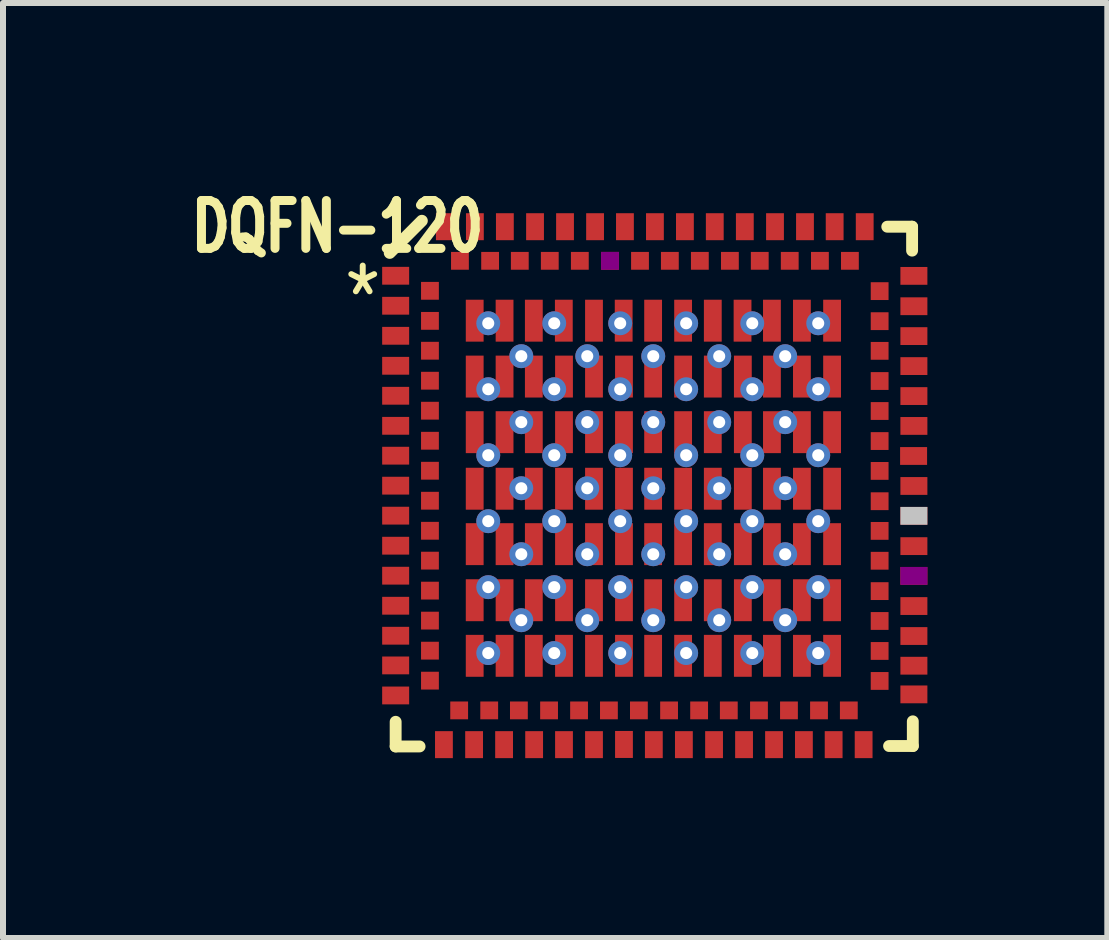
<source format=kicad_pcb>
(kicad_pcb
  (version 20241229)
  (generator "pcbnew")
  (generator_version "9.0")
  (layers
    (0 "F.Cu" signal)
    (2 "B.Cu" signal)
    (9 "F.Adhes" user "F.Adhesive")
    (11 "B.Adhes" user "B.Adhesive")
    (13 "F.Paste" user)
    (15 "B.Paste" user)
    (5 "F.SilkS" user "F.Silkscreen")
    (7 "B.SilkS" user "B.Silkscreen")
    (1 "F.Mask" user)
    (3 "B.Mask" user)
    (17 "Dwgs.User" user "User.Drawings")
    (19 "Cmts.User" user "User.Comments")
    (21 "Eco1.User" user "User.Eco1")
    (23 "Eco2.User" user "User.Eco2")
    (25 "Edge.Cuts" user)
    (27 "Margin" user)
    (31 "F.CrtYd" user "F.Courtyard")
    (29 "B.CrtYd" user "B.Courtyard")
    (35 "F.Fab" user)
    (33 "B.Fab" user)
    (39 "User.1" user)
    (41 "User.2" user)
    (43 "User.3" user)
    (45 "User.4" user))
  (footprint "DQFN-120"
    (layer "F.Cu")
    (at 3.547 0.73)
    (property "Reference" "DQFN-120" (at -0.97 0 0) (layer "F.SilkS") (effects (font (size 0.798 0.599) (thickness 0.15))))
    (attr smd)
    (fp_line (start -0.099 0.437) (end 0.437 -0.099) (stroke (width 0.198) (type solid)) (layer "F.SilkS"))
    (fp_line (start 0 8.255) (end 0 8.666) (stroke (width 0.198) (type solid)) (layer "F.SilkS"))
    (fp_line (start 0 8.666) (end 0.399 8.666) (stroke (width 0.198) (type solid)) (layer "F.SilkS"))
    (fp_line (start 8.197 0) (end 8.611 0) (stroke (width 0.198) (type solid)) (layer "F.SilkS"))
    (fp_line (start 8.611 0) (end 8.611 0.399) (stroke (width 0.198) (type solid)) (layer "F.SilkS"))
    (fp_line (start 8.623 8.247) (end 8.623 8.659) (stroke (width 0.198) (type solid)) (layer "F.SilkS"))
    (fp_line (start 8.623 8.659) (end 8.227 8.659) (stroke (width 0.198) (type solid)) (layer "F.SilkS"))
    (fp_text user "*" (at -0.549 1.191 0) (layer "F.SilkS") (effects (font (size 1.001 0.8) (thickness 0.099))))
    (pad "1" smd rect (at 0 0.818) (size 0.45 0.297) (layers "F.Cu" "F.Mask" "F.Paste"))
    (pad "2" smd rect (at 0.572 1.069) (size 0.297 0.297) (layers "F.Cu" "F.Mask" "F.Paste"))
    (pad "3" smd rect (at 0 1.318) (size 0.45 0.297) (layers "F.Cu" "F.Mask" "F.Paste"))
    (pad "4" smd rect (at 0.572 1.57) (size 0.297 0.297) (layers "F.Cu" "F.Mask" "F.Paste"))
    (pad "5" smd rect (at 0 1.819) (size 0.45 0.297) (layers "F.Cu" "F.Mask" "F.Paste"))
    (pad "6" smd rect (at 0.572 2.068) (size 0.297 0.297) (layers "F.Cu" "F.Mask" "F.Paste"))
    (pad "7" smd rect (at 0 2.319) (size 0.45 0.297) (layers "F.Cu" "F.Mask" "F.Paste"))
    (pad "8" smd rect (at 0.572 2.568) (size 0.297 0.297) (layers "F.Cu" "F.Mask" "F.Paste"))
    (pad "9" smd rect (at 0 2.819) (size 0.45 0.297) (layers "F.Cu" "F.Mask" "F.Paste"))
    (pad "10" smd rect (at 0.572 3.068) (size 0.297 0.297) (layers "F.Cu" "F.Mask" "F.Paste"))
    (pad "11" smd rect (at 0 3.32) (size 0.45 0.297) (layers "F.Cu" "F.Mask" "F.Paste"))
    (pad "12" smd rect (at 0.572 3.569) (size 0.297 0.297) (layers "F.Cu" "F.Mask" "F.Paste"))
    (pad "13" smd rect (at 0 3.818) (size 0.45 0.297) (layers "F.Cu" "F.Mask" "F.Paste"))
    (pad "14" smd rect (at 0.572 4.069) (size 0.297 0.297) (layers "F.Cu" "F.Mask" "F.Paste"))
    (pad "15" smd rect (at 0 4.318) (size 0.45 0.297) (layers "F.Cu" "F.Mask" "F.Paste"))
    (pad "16" smd rect (at 0.572 4.569) (size 0.297 0.297) (layers "F.Cu" "F.Mask" "F.Paste"))
    (pad "17" smd rect (at 0 4.818) (size 0.45 0.297) (layers "F.Cu" "F.Mask" "F.Paste"))
    (pad "18" smd rect (at 0.572 5.07) (size 0.297 0.297) (layers "F.Cu" "F.Mask" "F.Paste"))
    (pad "19" smd rect (at 0 5.319) (size 0.45 0.297) (layers "F.Cu" "F.Mask" "F.Paste"))
    (pad "20" smd rect (at 0.572 5.568) (size 0.297 0.297) (layers "F.Cu" "F.Mask" "F.Paste"))
    (pad "21" smd rect (at 0 5.819) (size 0.45 0.297) (layers "F.Cu" "F.Mask" "F.Paste"))
    (pad "22" smd rect (at 0.572 6.068) (size 0.297 0.297) (layers "F.Cu" "F.Mask" "F.Paste"))
    (pad "23" smd rect (at 0 6.32) (size 0.45 0.297) (layers "F.Cu" "F.Mask" "F.Paste"))
    (pad "24" smd rect (at 0.572 6.568) (size 0.297 0.297) (layers "F.Cu" "F.Mask" "F.Paste"))
    (pad "25" smd rect (at 0 6.82) (size 0.45 0.297) (layers "F.Cu" "F.Mask" "F.Paste"))
    (pad "26" smd rect (at 0.572 7.069) (size 0.297 0.297) (layers "F.Cu" "F.Mask" "F.Paste"))
    (pad "27" smd rect (at 0 7.315) (size 0.45 0.297) (layers "F.Cu" "F.Mask" "F.Paste"))
    (pad "28" smd rect (at 0.572 7.569) (size 0.297 0.297) (layers "F.Cu" "F.Mask" "F.Paste"))
    (pad "29" smd rect (at 0 7.816) (size 0.45 0.297) (layers "F.Cu" "F.Mask" "F.Paste"))
    (pad "30" smd rect (at 0.805 8.636 90) (size 0.45 0.297) (layers "F.Cu" "F.Mask" "F.Paste"))
    (pad "31" smd rect (at 1.059 8.065 90) (size 0.297 0.297) (layers "F.Cu" "F.Mask" "F.Paste"))
    (pad "32" smd rect (at 1.308 8.636 90) (size 0.45 0.297) (layers "F.Cu" "F.Mask" "F.Paste"))
    (pad "33" smd rect (at 1.56 8.065 90) (size 0.297 0.297) (layers "F.Cu" "F.Mask" "F.Paste"))
    (pad "34" smd rect (at 1.808 8.636 90) (size 0.45 0.297) (layers "F.Cu" "F.Mask" "F.Paste"))
    (pad "35" smd rect (at 2.055 8.065 90) (size 0.297 0.297) (layers "F.Cu" "F.Mask" "F.Paste"))
    (pad "36" smd rect (at 2.309 8.636 90) (size 0.45 0.297) (layers "F.Cu" "F.Mask" "F.Paste"))
    (pad "37" smd rect (at 2.558 8.065 90) (size 0.297 0.297) (layers "F.Cu" "F.Mask" "F.Paste"))
    (pad "38" smd rect (at 2.807 8.636 90) (size 0.45 0.297) (layers "F.Cu" "F.Mask" "F.Paste"))
    (pad "39" smd rect (at 3.058 8.065 90) (size 0.297 0.297) (layers "F.Cu" "F.Mask" "F.Paste"))
    (pad "40" smd rect (at 3.307 8.636 90) (size 0.45 0.297) (layers "F.Cu" "F.Mask" "F.Paste"))
    (pad "41" smd rect (at 3.556 8.065 90) (size 0.297 0.297) (layers "F.Cu" "F.Mask" "F.Paste"))
    (pad "42" smd rect (at 3.807 8.633 90) (size 0.45 0.297) (layers "F.Cu" "F.Mask" "F.Paste"))
    (pad "43" smd rect (at 4.056 8.065 90) (size 0.297 0.297) (layers "F.Cu" "F.Mask" "F.Paste"))
    (pad "44" smd rect (at 4.305 8.636 90) (size 0.45 0.297) (layers "F.Cu" "F.Mask" "F.Paste"))
    (pad "45" smd rect (at 4.559 8.065 90) (size 0.297 0.297) (layers "F.Cu" "F.Mask" "F.Paste"))
    (pad "46" smd rect (at 4.806 8.636 90) (size 0.45 0.297) (layers "F.Cu" "F.Mask" "F.Paste"))
    (pad "47" smd rect (at 5.06 8.065 90) (size 0.297 0.297) (layers "F.Cu" "F.Mask" "F.Paste"))
    (pad "48" smd rect (at 5.309 8.636 90) (size 0.45 0.297) (layers "F.Cu" "F.Mask" "F.Paste"))
    (pad "49" smd rect (at 5.555 8.065 90) (size 0.297 0.297) (layers "F.Cu" "F.Mask" "F.Paste"))
    (pad "50" smd rect (at 5.809 8.636 90) (size 0.45 0.297) (layers "F.Cu" "F.Mask" "F.Paste"))
    (pad "51" smd rect (at 6.058 8.065 90) (size 0.297 0.297) (layers "F.Cu" "F.Mask" "F.Paste"))
    (pad "52" smd rect (at 6.309 8.636 90) (size 0.45 0.297) (layers "F.Cu" "F.Mask" "F.Paste"))
    (pad "53" smd rect (at 6.558 8.065 90) (size 0.297 0.297) (layers "F.Cu" "F.Mask" "F.Paste"))
    (pad "54" smd rect (at 6.807 8.636 90) (size 0.45 0.297) (layers "F.Cu" "F.Mask" "F.Paste"))
    (pad "55" smd rect (at 7.059 8.065 90) (size 0.297 0.297) (layers "F.Cu" "F.Mask" "F.Paste"))
    (pad "56" smd rect (at 7.303 8.636 90) (size 0.45 0.297) (layers "F.Cu" "F.Mask" "F.Paste"))
    (pad "57" smd rect (at 7.556 8.065 90) (size 0.297 0.297) (layers "F.Cu" "F.Mask" "F.Paste"))
    (pad "58" smd rect (at 7.803 8.636 90) (size 0.45 0.297) (layers "F.Cu" "F.Mask" "F.Paste"))
    (pad "59" smd rect (at 8.641 7.798 180) (size 0.45 0.297) (layers "F.Cu" "F.Mask" "F.Paste"))
    (pad "60" smd rect (at 8.07 7.574 180) (size 0.297 0.297) (layers "F.Cu" "F.Mask" "F.Paste"))
    (pad "61" smd rect (at 8.641 7.32 180) (size 0.45 0.297) (layers "F.Cu" "F.Mask" "F.Paste"))
    (pad "62" smd rect (at 8.07 7.074 180) (size 0.297 0.297) (layers "F.Cu" "F.Mask" "F.Paste"))
    (pad "63" smd rect (at 8.641 6.825 180) (size 0.45 0.297) (layers "F.Cu" "F.Mask" "F.Paste"))
    (pad "64" smd rect (at 8.07 6.574 180) (size 0.297 0.297) (layers "F.Cu" "F.Mask" "F.Paste"))
    (pad "65" smd rect (at 8.641 6.325 180) (size 0.45 0.297) (layers "F.Cu" "F.Mask" "F.Paste"))
    (pad "66" smd rect (at 8.07 6.076 180) (size 0.297 0.297) (layers "F.Cu" "F.Mask" "F.Paste"))
    (pad "67" smd rect (at 8.641 5.822 180) (size 0.45 0.297) (layers "F.Cu" "F.Mask" "F.Adhes" "F.Paste"))
    (pad "68" smd rect (at 8.07 5.57 180) (size 0.297 0.297) (layers "F.Cu" "F.Mask" "F.Paste"))
    (pad "69" smd rect (at 8.641 5.326 180) (size 0.45 0.297) (layers "F.Cu" "F.Mask" "F.Paste"))
    (pad "70" smd rect (at 8.07 5.072 180) (size 0.297 0.297) (layers "F.Cu" "F.Mask" "F.Paste"))
    (pad "71" smd rect (at 8.641 4.821 180) (size 0.45 0.297) (layers "F.Cu" "F.Mask" "F.Paste" "Dwgs.User"))
    (pad "72" smd rect (at 8.07 4.577 180) (size 0.297 0.297) (layers "F.Cu" "F.Mask" "F.Paste"))
    (pad "73" smd rect (at 8.641 4.323 180) (size 0.45 0.297) (layers "F.Cu" "F.Mask" "F.Paste"))
    (pad "74" smd rect (at 8.07 4.072 180) (size 0.297 0.297) (layers "F.Cu" "F.Mask" "F.Paste"))
    (pad "75" smd rect (at 8.636 3.823 180) (size 0.45 0.297) (layers "F.Cu" "F.Mask" "F.Paste"))
    (pad "76" smd rect (at 8.07 3.574 180) (size 0.297 0.297) (layers "F.Cu" "F.Mask" "F.Paste"))
    (pad "77" smd rect (at 8.641 3.322 180) (size 0.45 0.297) (layers "F.Cu" "F.Mask" "F.Paste"))
    (pad "78" smd rect (at 8.07 3.073 180) (size 0.297 0.297) (layers "F.Cu" "F.Mask" "F.Paste"))
    (pad "79" smd rect (at 8.641 2.824 180) (size 0.45 0.297) (layers "F.Cu" "F.Mask" "F.Paste"))
    (pad "80" smd rect (at 8.07 2.573 180) (size 0.297 0.297) (layers "F.Cu" "F.Mask" "F.Paste"))
    (pad "81" smd rect (at 8.641 2.324 180) (size 0.45 0.297) (layers "F.Cu" "F.Mask" "F.Paste"))
    (pad "82" smd rect (at 8.07 2.07 180) (size 0.297 0.297) (layers "F.Cu" "F.Mask" "F.Paste"))
    (pad "83" smd rect (at 8.641 1.824 180) (size 0.45 0.297) (layers "F.Cu" "F.Mask" "F.Paste"))
    (pad "84" smd rect (at 8.07 1.575 180) (size 0.297 0.297) (layers "F.Cu" "F.Mask" "F.Paste"))
    (pad "85" smd rect (at 8.641 1.326 180) (size 0.45 0.297) (layers "F.Cu" "F.Mask" "F.Paste"))
    (pad "86" smd rect (at 8.07 1.074 180) (size 0.297 0.297) (layers "F.Cu" "F.Mask" "F.Paste"))
    (pad "87" smd rect (at 8.641 0.82 180) (size 0.45 0.297) (layers "F.Cu" "F.Mask" "F.Paste"))
    (pad "88" smd rect (at 7.821 0 270) (size 0.45 0.297) (layers "F.Cu" "F.Mask" "F.Paste"))
    (pad "89" smd rect (at 7.574 0.569 270) (size 0.297 0.297) (layers "F.Cu" "F.Mask" "F.Paste"))
    (pad "90" smd rect (at 7.32 0 270) (size 0.45 0.297) (layers "F.Cu" "F.Mask" "F.Paste"))
    (pad "91" smd rect (at 7.074 0.569 270) (size 0.297 0.297) (layers "F.Cu" "F.Mask" "F.Paste"))
    (pad "92" smd rect (at 6.825 0 270) (size 0.45 0.297) (layers "F.Cu" "F.Mask" "F.Paste"))
    (pad "93" smd rect (at 6.571 0.569 270) (size 0.297 0.297) (layers "F.Cu" "F.Mask" "F.Paste"))
    (pad "94" smd rect (at 6.325 0 270) (size 0.45 0.297) (layers "F.Cu" "F.Mask" "F.Paste"))
    (pad "95" smd rect (at 6.071 0.569 270) (size 0.297 0.297) (layers "F.Cu" "F.Mask" "F.Paste"))
    (pad "96" smd rect (at 5.822 0 270) (size 0.45 0.297) (layers "F.Cu" "F.Mask" "F.Paste"))
    (pad "97" smd rect (at 5.573 0.569 270) (size 0.297 0.297) (layers "F.Cu" "F.Mask" "F.Paste"))
    (pad "98" smd rect (at 5.321 0 270) (size 0.45 0.297) (layers "F.Cu" "F.Mask" "F.Paste"))
    (pad "99" smd rect (at 5.072 0.569 270) (size 0.297 0.297) (layers "F.Cu" "F.Mask" "F.Paste"))
    (pad "100" smd rect (at 4.823 0 270) (size 0.45 0.297) (layers "F.Cu" "F.Mask" "F.Paste"))
    (pad "101" smd rect (at 4.572 0.569 270) (size 0.297 0.297) (layers "F.Cu" "F.Mask" "F.Paste"))
    (pad "102" smd rect (at 4.323 0 270) (size 0.45 0.297) (layers "F.Cu" "F.Mask" "F.Paste"))
    (pad "103" smd rect (at 4.074 0.569 270) (size 0.297 0.297) (layers "F.Cu" "F.Mask" "F.Paste"))
    (pad "104" smd rect (at 3.823 0 270) (size 0.45 0.297) (layers "F.Cu" "F.Mask" "F.Paste"))
    (pad "105" smd rect (at 3.574 0.569 270) (size 0.297 0.297) (layers "F.Cu" "F.Mask" "F.Adhes" "F.Paste"))
    (pad "106" smd rect (at 3.325 0 270) (size 0.45 0.297) (layers "F.Cu" "F.Mask" "F.Paste"))
    (pad "107" smd rect (at 3.071 0.569 270) (size 0.297 0.297) (layers "F.Cu" "F.Mask" "F.Paste"))
    (pad "108" smd rect (at 2.824 0 270) (size 0.45 0.297) (layers "F.Cu" "F.Mask" "F.Paste"))
    (pad "109" smd rect (at 2.57 0.569 270) (size 0.297 0.297) (layers "F.Cu" "F.Mask" "F.Paste"))
    (pad "110" smd rect (at 2.324 0 270) (size 0.45 0.297) (layers "F.Cu" "F.Mask" "F.Paste"))
    (pad "111" smd rect (at 2.07 0.569 270) (size 0.297 0.297) (layers "F.Cu" "F.Mask" "F.Paste"))
    (pad "112" smd rect (at 1.821 0 270) (size 0.45 0.297) (layers "F.Cu" "F.Mask" "F.Paste"))
    (pad "113" smd rect (at 1.575 0.569 270) (size 0.297 0.297) (layers "F.Cu" "F.Mask" "F.Paste"))
    (pad "114" smd rect (at 1.321 0 270) (size 0.45 0.297) (layers "F.Cu" "F.Mask" "F.Paste"))
    (pad "115" smd rect (at 1.072 0.569 270) (size 0.297 0.297) (layers "F.Cu" "F.Mask" "F.Paste"))
    (pad "116" smd rect (at 0.82 0) (size 0.297 0.45) (layers "F.Cu" "F.Mask" "F.Paste"))
    (pad "117" smd rect (at 1.318 1.567) (size 0.297 0.699) (layers "F.Cu" "F.Mask" "F.Paste"))
    (pad "117" smd rect (at 1.318 2.499) (size 0.297 0.699) (layers "F.Cu" "F.Mask" "F.Paste"))
    (pad "117" smd rect (at 1.318 3.426) (size 0.297 0.699) (layers "F.Cu" "F.Mask" "F.Paste"))
    (pad "117" smd rect (at 1.318 4.369) (size 0.297 0.699) (layers "F.Cu" "F.Mask" "F.Paste"))
    (pad "117" smd rect (at 1.318 5.293) (size 0.297 0.699) (layers "F.Cu" "F.Mask" "F.Paste"))
    (pad "117" smd rect (at 1.318 6.228) (size 0.297 0.699) (layers "F.Cu" "F.Mask" "F.Paste"))
    (pad "117" smd rect (at 1.318 7.155) (size 0.297 0.699) (layers "F.Cu" "F.Mask" "F.Paste"))
    (pad "117" thru_hole circle (at 1.544 1.61) (size 0.399 0.399) (drill 0.201) (layers "*.Cu" "*.Mask"))
    (pad "117" thru_hole circle (at 1.544 2.71) (size 0.399 0.399) (drill 0.201) (layers "*.Cu" "*.Mask"))
    (pad "117" thru_hole circle (at 1.544 3.81) (size 0.399 0.399) (drill 0.201) (layers "*.Cu" "*.Mask"))
    (pad "117" thru_hole circle (at 1.544 4.91) (size 0.399 0.399) (drill 0.201) (layers "*.Cu" "*.Mask"))
    (pad "117" thru_hole circle (at 1.544 6.01) (size 0.399 0.399) (drill 0.201) (layers "*.Cu" "*.Mask"))
    (pad "117" thru_hole circle (at 1.544 7.109) (size 0.399 0.399) (drill 0.201) (layers "*.Cu" "*.Mask"))
    (pad "117" smd rect (at 1.816 1.567) (size 0.297 0.699) (layers "F.Cu" "F.Mask" "F.Paste"))
    (pad "117" smd rect (at 1.816 2.499) (size 0.297 0.699) (layers "F.Cu" "F.Mask" "F.Paste"))
    (pad "117" smd rect (at 1.816 3.426) (size 0.297 0.699) (layers "F.Cu" "F.Mask" "F.Paste"))
    (pad "117" smd rect (at 1.816 4.369) (size 0.297 0.699) (layers "F.Cu" "F.Mask" "F.Paste"))
    (pad "117" smd rect (at 1.816 5.293) (size 0.297 0.699) (layers "F.Cu" "F.Mask" "F.Paste"))
    (pad "117" smd rect (at 1.816 6.228) (size 0.297 0.699) (layers "F.Cu" "F.Mask" "F.Paste"))
    (pad "117" smd rect (at 1.816 7.155) (size 0.297 0.699) (layers "F.Cu" "F.Mask" "F.Paste"))
    (pad "117" thru_hole circle (at 2.095 2.159) (size 0.399 0.399) (drill 0.201) (layers "*.Cu" "*.Mask"))
    (pad "117" thru_hole circle (at 2.095 3.259) (size 0.399 0.399) (drill 0.201) (layers "*.Cu" "*.Mask"))
    (pad "117" thru_hole circle (at 2.095 4.361) (size 0.399 0.399) (drill 0.201) (layers "*.Cu" "*.Mask"))
    (pad "117" thru_hole circle (at 2.095 5.461) (size 0.399 0.399) (drill 0.201) (layers "*.Cu" "*.Mask"))
    (pad "117" thru_hole circle (at 2.095 6.561) (size 0.399 0.399) (drill 0.201) (layers "*.Cu" "*.Mask"))
    (pad "117" smd rect (at 2.304 1.567) (size 0.297 0.699) (layers "F.Cu" "F.Mask" "F.Paste"))
    (pad "117" smd rect (at 2.304 2.499) (size 0.297 0.699) (layers "F.Cu" "F.Mask" "F.Paste"))
    (pad "117" smd rect (at 2.304 3.426) (size 0.297 0.699) (layers "F.Cu" "F.Mask" "F.Paste"))
    (pad "117" smd rect (at 2.304 4.369) (size 0.297 0.699) (layers "F.Cu" "F.Mask" "F.Paste"))
    (pad "117" smd rect (at 2.304 5.293) (size 0.297 0.699) (layers "F.Cu" "F.Mask" "F.Paste"))
    (pad "117" smd rect (at 2.304 6.228) (size 0.297 0.699) (layers "F.Cu" "F.Mask" "F.Paste"))
    (pad "117" smd rect (at 2.304 7.155) (size 0.297 0.699) (layers "F.Cu" "F.Mask" "F.Paste"))
    (pad "117" thru_hole circle (at 2.644 1.61) (size 0.399 0.399) (drill 0.201) (layers "*.Cu" "*.Mask"))
    (pad "117" thru_hole circle (at 2.644 2.71) (size 0.399 0.399) (drill 0.201) (layers "*.Cu" "*.Mask"))
    (pad "117" thru_hole circle (at 2.644 3.81) (size 0.399 0.399) (drill 0.201) (layers "*.Cu" "*.Mask"))
    (pad "117" thru_hole circle (at 2.644 4.91) (size 0.399 0.399) (drill 0.201) (layers "*.Cu" "*.Mask"))
    (pad "117" thru_hole circle (at 2.644 6.01) (size 0.399 0.399) (drill 0.201) (layers "*.Cu" "*.Mask"))
    (pad "117" thru_hole circle (at 2.644 7.109) (size 0.399 0.399) (drill 0.201) (layers "*.Cu" "*.Mask"))
    (pad "117" smd rect (at 2.804 1.567) (size 0.297 0.699) (layers "F.Cu" "F.Mask" "F.Paste"))
    (pad "117" smd rect (at 2.807 2.499) (size 0.297 0.699) (layers "F.Cu" "F.Mask" "F.Paste"))
    (pad "117" smd rect (at 2.807 3.426) (size 0.297 0.699) (layers "F.Cu" "F.Mask" "F.Paste"))
    (pad "117" smd rect (at 2.807 4.369) (size 0.297 0.699) (layers "F.Cu" "F.Mask" "F.Paste"))
    (pad "117" smd rect (at 2.807 5.293) (size 0.297 0.699) (layers "F.Cu" "F.Mask" "F.Paste"))
    (pad "117" smd rect (at 2.807 6.228) (size 0.297 0.699) (layers "F.Cu" "F.Mask" "F.Paste"))
    (pad "117" smd rect (at 2.807 7.155) (size 0.297 0.699) (layers "F.Cu" "F.Mask" "F.Paste"))
    (pad "117" thru_hole circle (at 3.195 2.159) (size 0.399 0.399) (drill 0.201) (layers "*.Cu" "*.Mask"))
    (pad "117" thru_hole circle (at 3.195 3.259) (size 0.399 0.399) (drill 0.201) (layers "*.Cu" "*.Mask"))
    (pad "117" thru_hole circle (at 3.195 4.361) (size 0.399 0.399) (drill 0.201) (layers "*.Cu" "*.Mask"))
    (pad "117" thru_hole circle (at 3.195 5.461) (size 0.399 0.399) (drill 0.201) (layers "*.Cu" "*.Mask"))
    (pad "117" thru_hole circle (at 3.195 6.561) (size 0.399 0.399) (drill 0.201) (layers "*.Cu" "*.Mask"))
    (pad "117" smd rect (at 3.307 1.567) (size 0.297 0.699) (layers "F.Cu" "F.Mask" "F.Paste"))
    (pad "117" smd rect (at 3.307 2.499) (size 0.297 0.699) (layers "F.Cu" "F.Mask" "F.Paste"))
    (pad "117" smd rect (at 3.307 3.426) (size 0.297 0.699) (layers "F.Cu" "F.Mask" "F.Paste"))
    (pad "117" smd rect (at 3.307 4.369) (size 0.297 0.699) (layers "F.Cu" "F.Mask" "F.Paste"))
    (pad "117" smd rect (at 3.307 5.293) (size 0.297 0.699) (layers "F.Cu" "F.Mask" "F.Paste"))
    (pad "117" smd rect (at 3.307 6.228) (size 0.297 0.699) (layers "F.Cu" "F.Mask" "F.Paste"))
    (pad "117" smd rect (at 3.307 7.155) (size 0.297 0.699) (layers "F.Cu" "F.Mask" "F.Paste"))
    (pad "117" thru_hole circle (at 3.744 1.61) (size 0.399 0.399) (drill 0.201) (layers "*.Cu" "*.Mask"))
    (pad "117" thru_hole circle (at 3.744 2.71) (size 0.399 0.399) (drill 0.201) (layers "*.Cu" "*.Mask"))
    (pad "117" thru_hole circle (at 3.744 3.81) (size 0.399 0.399) (drill 0.201) (layers "*.Cu" "*.Mask"))
    (pad "117" thru_hole circle (at 3.744 4.91) (size 0.399 0.399) (drill 0.201) (layers "*.Cu" "*.Mask"))
    (pad "117" thru_hole circle (at 3.744 6.01) (size 0.399 0.399) (drill 0.201) (layers "*.Cu" "*.Mask"))
    (pad "117" thru_hole circle (at 3.744 7.109) (size 0.399 0.399) (drill 0.201) (layers "*.Cu" "*.Mask"))
    (pad "117" smd rect (at 3.802 1.567) (size 0.297 0.699) (layers "F.Cu" "F.Mask" "F.Paste"))
    (pad "117" smd rect (at 3.807 2.499) (size 0.297 0.699) (layers "F.Cu" "F.Mask" "F.Paste"))
    (pad "117" smd rect (at 3.807 3.426) (size 0.297 0.699) (layers "F.Cu" "F.Mask" "F.Paste"))
    (pad "117" smd rect (at 3.807 4.369) (size 0.297 0.699) (layers "F.Cu" "F.Mask" "F.Paste"))
    (pad "117" smd rect (at 3.807 5.293) (size 0.297 0.699) (layers "F.Cu" "F.Mask" "F.Paste"))
    (pad "117" smd rect (at 3.807 6.228) (size 0.297 0.699) (layers "F.Cu" "F.Mask" "F.Paste"))
    (pad "117" smd rect (at 3.807 7.155) (size 0.297 0.699) (layers "F.Cu" "F.Mask" "F.Paste"))
    (pad "117" smd rect (at 4.293 1.567) (size 0.297 0.699) (layers "F.Cu" "F.Mask" "F.Paste"))
    (pad "117" smd rect (at 4.293 2.499) (size 0.297 0.699) (layers "F.Cu" "F.Mask" "F.Paste"))
    (pad "117" smd rect (at 4.293 3.426) (size 0.297 0.699) (layers "F.Cu" "F.Mask" "F.Paste"))
    (pad "117" smd rect (at 4.293 4.369) (size 0.297 0.699) (layers "F.Cu" "F.Mask" "F.Paste"))
    (pad "117" smd rect (at 4.293 5.293) (size 0.297 0.699) (layers "F.Cu" "F.Mask" "F.Paste"))
    (pad "117" smd rect (at 4.293 6.228) (size 0.297 0.699) (layers "F.Cu" "F.Mask" "F.Paste"))
    (pad "117" smd rect (at 4.293 7.155) (size 0.297 0.699) (layers "F.Cu" "F.Mask" "F.Paste"))
    (pad "117" thru_hole circle (at 4.295 2.159) (size 0.399 0.399) (drill 0.201) (layers "*.Cu" "*.Mask"))
    (pad "117" thru_hole circle (at 4.295 3.259) (size 0.399 0.399) (drill 0.201) (layers "*.Cu" "*.Mask"))
    (pad "117" thru_hole circle (at 4.295 4.361) (size 0.399 0.399) (drill 0.201) (layers "*.Cu" "*.Mask"))
    (pad "117" thru_hole circle (at 4.295 5.461) (size 0.399 0.399) (drill 0.201) (layers "*.Cu" "*.Mask"))
    (pad "117" thru_hole circle (at 4.295 6.561) (size 0.399 0.399) (drill 0.201) (layers "*.Cu" "*.Mask"))
    (pad "117" smd rect (at 4.793 1.567) (size 0.297 0.699) (layers "F.Cu" "F.Mask" "F.Paste"))
    (pad "117" smd rect (at 4.793 2.499) (size 0.297 0.699) (layers "F.Cu" "F.Mask" "F.Paste"))
    (pad "117" smd rect (at 4.793 3.426) (size 0.297 0.699) (layers "F.Cu" "F.Mask" "F.Paste"))
    (pad "117" smd rect (at 4.793 4.369) (size 0.297 0.699) (layers "F.Cu" "F.Mask" "F.Paste"))
    (pad "117" smd rect (at 4.793 5.293) (size 0.297 0.699) (layers "F.Cu" "F.Mask" "F.Paste"))
    (pad "117" smd rect (at 4.793 6.228) (size 0.297 0.699) (layers "F.Cu" "F.Mask" "F.Paste"))
    (pad "117" smd rect (at 4.793 7.155) (size 0.297 0.699) (layers "F.Cu" "F.Mask" "F.Paste"))
    (pad "117" thru_hole circle (at 4.844 1.61) (size 0.399 0.399) (drill 0.201) (layers "*.Cu" "*.Mask"))
    (pad "117" thru_hole circle (at 4.844 2.71) (size 0.399 0.399) (drill 0.201) (layers "*.Cu" "*.Mask"))
    (pad "117" thru_hole circle (at 4.844 3.81) (size 0.399 0.399) (drill 0.201) (layers "*.Cu" "*.Mask"))
    (pad "117" thru_hole circle (at 4.844 4.91) (size 0.399 0.399) (drill 0.201) (layers "*.Cu" "*.Mask"))
    (pad "117" thru_hole circle (at 4.844 6.01) (size 0.399 0.399) (drill 0.201) (layers "*.Cu" "*.Mask"))
    (pad "117" thru_hole circle (at 4.844 7.109) (size 0.399 0.399) (drill 0.201) (layers "*.Cu" "*.Mask"))
    (pad "117" smd rect (at 5.288 1.567) (size 0.297 0.699) (layers "F.Cu" "F.Mask" "F.Paste"))
    (pad "117" smd rect (at 5.288 2.499) (size 0.297 0.699) (layers "F.Cu" "F.Mask" "F.Paste"))
    (pad "117" smd rect (at 5.288 3.426) (size 0.297 0.699) (layers "F.Cu" "F.Mask" "F.Paste"))
    (pad "117" smd rect (at 5.288 4.369) (size 0.297 0.699) (layers "F.Cu" "F.Mask" "F.Paste"))
    (pad "117" smd rect (at 5.288 5.293) (size 0.297 0.699) (layers "F.Cu" "F.Mask" "F.Paste"))
    (pad "117" smd rect (at 5.288 6.228) (size 0.297 0.699) (layers "F.Cu" "F.Mask" "F.Paste"))
    (pad "117" smd rect (at 5.288 7.155) (size 0.297 0.699) (layers "F.Cu" "F.Mask" "F.Paste"))
    (pad "117" thru_hole circle (at 5.395 2.159) (size 0.399 0.399) (drill 0.201) (layers "*.Cu" "*.Mask"))
    (pad "117" thru_hole circle (at 5.395 3.259) (size 0.399 0.399) (drill 0.201) (layers "*.Cu" "*.Mask"))
    (pad "117" thru_hole circle (at 5.395 4.361) (size 0.399 0.399) (drill 0.201) (layers "*.Cu" "*.Mask"))
    (pad "117" thru_hole circle (at 5.395 5.461) (size 0.399 0.399) (drill 0.201) (layers "*.Cu" "*.Mask"))
    (pad "117" thru_hole circle (at 5.395 6.561) (size 0.399 0.399) (drill 0.201) (layers "*.Cu" "*.Mask"))
    (pad "117" smd rect (at 5.784 1.567) (size 0.297 0.699) (layers "F.Cu" "F.Mask" "F.Paste"))
    (pad "117" smd rect (at 5.789 2.499) (size 0.297 0.699) (layers "F.Cu" "F.Mask" "F.Paste"))
    (pad "117" smd rect (at 5.789 3.426) (size 0.297 0.699) (layers "F.Cu" "F.Mask" "F.Paste"))
    (pad "117" smd rect (at 5.789 4.369) (size 0.297 0.699) (layers "F.Cu" "F.Mask" "F.Paste"))
    (pad "117" smd rect (at 5.789 5.293) (size 0.297 0.699) (layers "F.Cu" "F.Mask" "F.Paste"))
    (pad "117" smd rect (at 5.789 6.228) (size 0.297 0.699) (layers "F.Cu" "F.Mask" "F.Paste"))
    (pad "117" smd rect (at 5.789 7.155) (size 0.297 0.699) (layers "F.Cu" "F.Mask" "F.Paste"))
    (pad "117" thru_hole circle (at 5.946 1.61) (size 0.399 0.399) (drill 0.201) (layers "*.Cu" "*.Mask"))
    (pad "117" thru_hole circle (at 5.946 2.71) (size 0.399 0.399) (drill 0.201) (layers "*.Cu" "*.Mask"))
    (pad "117" thru_hole circle (at 5.946 3.81) (size 0.399 0.399) (drill 0.201) (layers "*.Cu" "*.Mask"))
    (pad "117" thru_hole circle (at 5.946 4.91) (size 0.399 0.399) (drill 0.201) (layers "*.Cu" "*.Mask"))
    (pad "117" thru_hole circle (at 5.946 6.01) (size 0.399 0.399) (drill 0.201) (layers "*.Cu" "*.Mask"))
    (pad "117" thru_hole circle (at 5.946 7.109) (size 0.399 0.399) (drill 0.201) (layers "*.Cu" "*.Mask"))
    (pad "117" smd rect (at 6.274 1.567) (size 0.297 0.699) (layers "F.Cu" "F.Mask" "F.Paste"))
    (pad "117" smd rect (at 6.274 2.499) (size 0.297 0.699) (layers "F.Cu" "F.Mask" "F.Paste"))
    (pad "117" smd rect (at 6.274 3.426) (size 0.297 0.699) (layers "F.Cu" "F.Mask" "F.Paste"))
    (pad "117" smd rect (at 6.274 4.369) (size 0.297 0.699) (layers "F.Cu" "F.Mask" "F.Paste"))
    (pad "117" smd rect (at 6.274 5.293) (size 0.297 0.699) (layers "F.Cu" "F.Mask" "F.Paste"))
    (pad "117" smd rect (at 6.274 6.228) (size 0.297 0.699) (layers "F.Cu" "F.Mask" "F.Paste"))
    (pad "117" smd rect (at 6.274 7.155) (size 0.297 0.699) (layers "F.Cu" "F.Mask" "F.Paste"))
    (pad "117" thru_hole circle (at 6.495 2.159) (size 0.399 0.399) (drill 0.201) (layers "*.Cu" "*.Mask"))
    (pad "117" thru_hole circle (at 6.495 3.259) (size 0.399 0.399) (drill 0.201) (layers "*.Cu" "*.Mask"))
    (pad "117" thru_hole circle (at 6.495 4.361) (size 0.399 0.399) (drill 0.201) (layers "*.Cu" "*.Mask"))
    (pad "117" thru_hole circle (at 6.495 5.461) (size 0.399 0.399) (drill 0.201) (layers "*.Cu" "*.Mask"))
    (pad "117" thru_hole circle (at 6.495 6.561) (size 0.399 0.399) (drill 0.201) (layers "*.Cu" "*.Mask"))
    (pad "117" smd rect (at 6.774 1.567) (size 0.297 0.699) (layers "F.Cu" "F.Mask" "F.Paste"))
    (pad "117" smd rect (at 6.774 2.499) (size 0.297 0.699) (layers "F.Cu" "F.Mask" "F.Paste"))
    (pad "117" smd rect (at 6.774 3.426) (size 0.297 0.699) (layers "F.Cu" "F.Mask" "F.Paste"))
    (pad "117" smd rect (at 6.774 4.369) (size 0.297 0.699) (layers "F.Cu" "F.Mask" "F.Paste"))
    (pad "117" smd rect (at 6.774 5.293) (size 0.297 0.699) (layers "F.Cu" "F.Mask" "F.Paste"))
    (pad "117" smd rect (at 6.774 6.228) (size 0.297 0.699) (layers "F.Cu" "F.Mask" "F.Paste"))
    (pad "117" smd rect (at 6.774 7.155) (size 0.297 0.699) (layers "F.Cu" "F.Mask" "F.Paste"))
    (pad "117" thru_hole circle (at 7.046 1.61) (size 0.399 0.399) (drill 0.201) (layers "*.Cu" "*.Mask"))
    (pad "117" thru_hole circle (at 7.046 2.71) (size 0.399 0.399) (drill 0.201) (layers "*.Cu" "*.Mask"))
    (pad "117" thru_hole circle (at 7.046 3.81) (size 0.399 0.399) (drill 0.201) (layers "*.Cu" "*.Mask"))
    (pad "117" thru_hole circle (at 7.046 4.91) (size 0.399 0.399) (drill 0.201) (layers "*.Cu" "*.Mask"))
    (pad "117" thru_hole circle (at 7.046 6.01) (size 0.399 0.399) (drill 0.201) (layers "*.Cu" "*.Mask"))
    (pad "117" thru_hole circle (at 7.046 7.109) (size 0.399 0.399) (drill 0.201) (layers "*.Cu" "*.Mask"))
    (pad "117" smd rect (at 7.277 1.567) (size 0.297 0.699) (layers "F.Cu" "F.Mask" "F.Paste"))
    (pad "117" smd rect (at 7.277 2.499) (size 0.297 0.699) (layers "F.Cu" "F.Mask" "F.Paste"))
    (pad "117" smd rect (at 7.277 3.426) (size 0.297 0.699) (layers "F.Cu" "F.Mask" "F.Paste"))
    (pad "117" smd rect (at 7.277 4.369) (size 0.297 0.699) (layers "F.Cu" "F.Mask" "F.Paste"))
    (pad "117" smd rect (at 7.277 5.293) (size 0.297 0.699) (layers "F.Cu" "F.Mask" "F.Paste"))
    (pad "117" smd rect (at 7.277 6.228) (size 0.297 0.699) (layers "F.Cu" "F.Mask" "F.Paste"))
    (pad "117" smd rect (at 7.277 7.155) (size 0.297 0.699) (layers "F.Cu" "F.Mask" "F.Paste")))
  (gr_rect
    (start -3 -3)
    (end 15.413 12.59)
    (stroke (width 0.1) (type default))
    (fill no)
    (layer "Edge.Cuts")))
</source>
